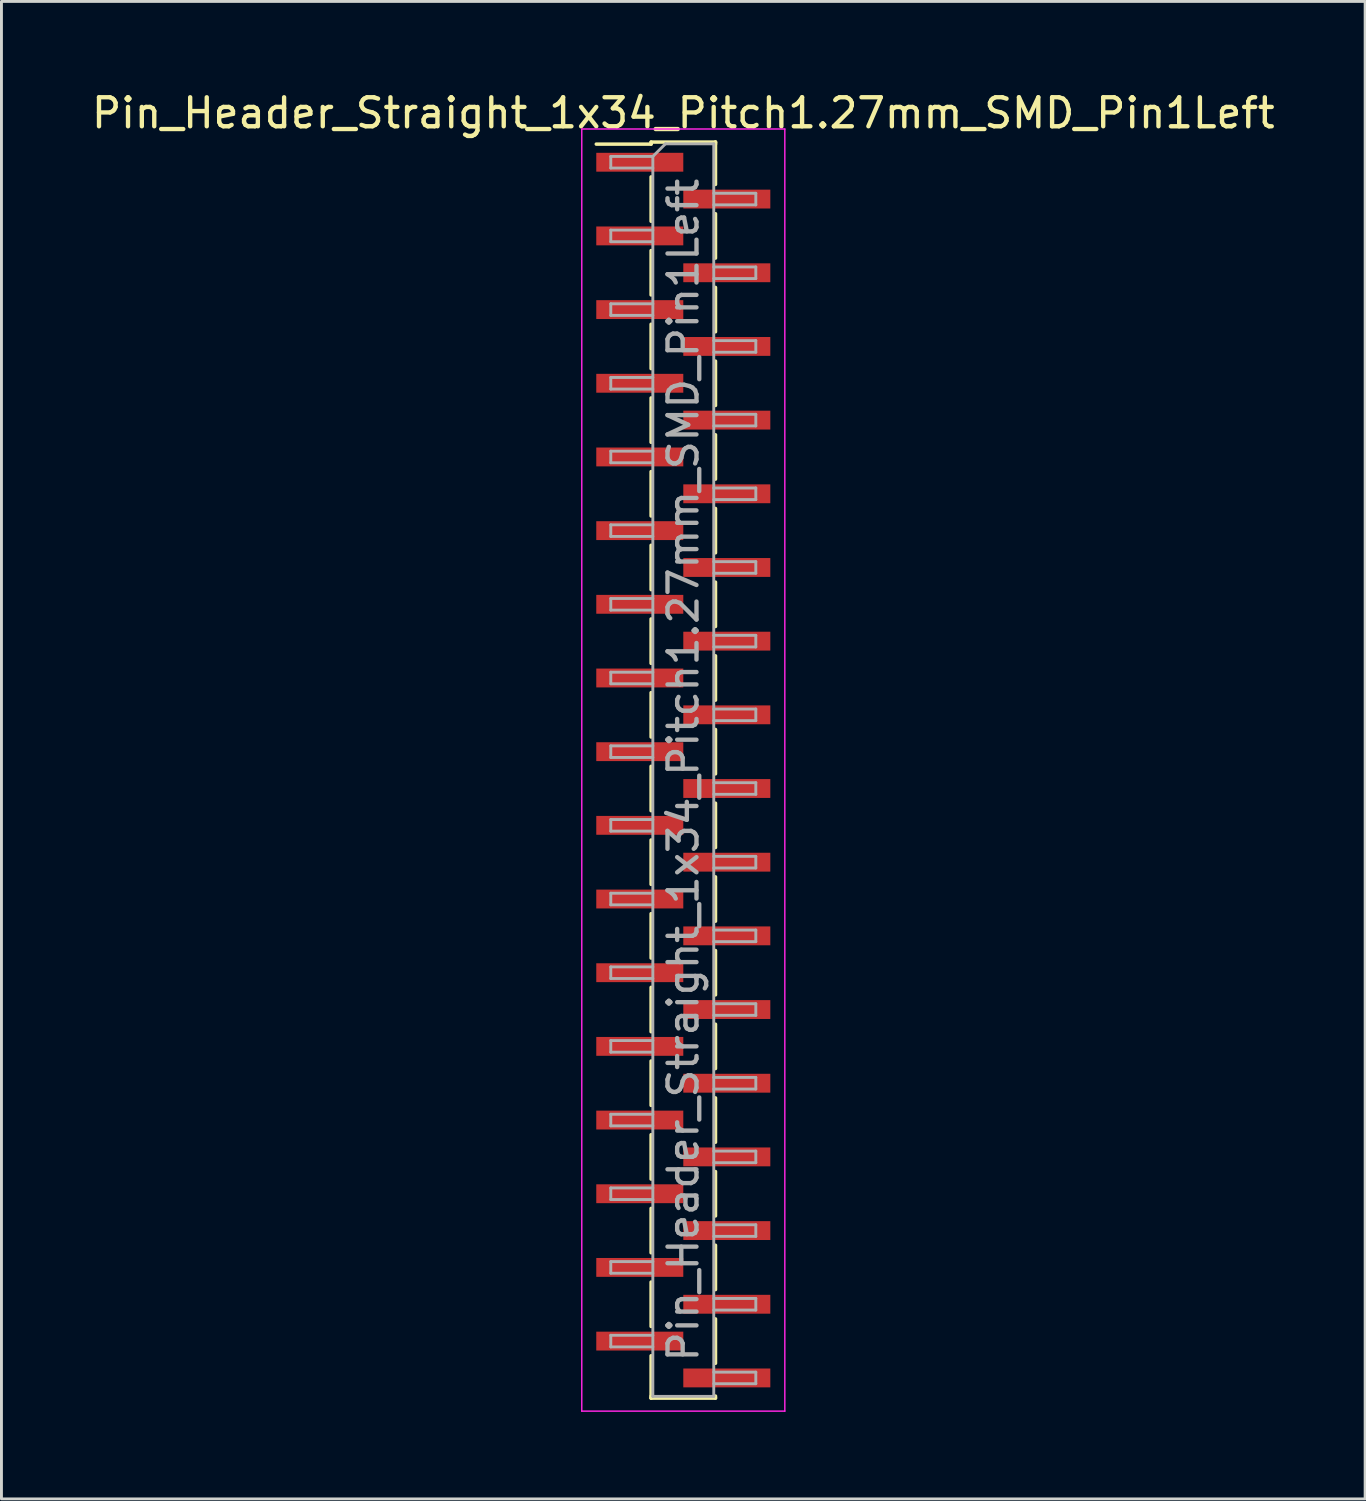
<source format=kicad_pcb>
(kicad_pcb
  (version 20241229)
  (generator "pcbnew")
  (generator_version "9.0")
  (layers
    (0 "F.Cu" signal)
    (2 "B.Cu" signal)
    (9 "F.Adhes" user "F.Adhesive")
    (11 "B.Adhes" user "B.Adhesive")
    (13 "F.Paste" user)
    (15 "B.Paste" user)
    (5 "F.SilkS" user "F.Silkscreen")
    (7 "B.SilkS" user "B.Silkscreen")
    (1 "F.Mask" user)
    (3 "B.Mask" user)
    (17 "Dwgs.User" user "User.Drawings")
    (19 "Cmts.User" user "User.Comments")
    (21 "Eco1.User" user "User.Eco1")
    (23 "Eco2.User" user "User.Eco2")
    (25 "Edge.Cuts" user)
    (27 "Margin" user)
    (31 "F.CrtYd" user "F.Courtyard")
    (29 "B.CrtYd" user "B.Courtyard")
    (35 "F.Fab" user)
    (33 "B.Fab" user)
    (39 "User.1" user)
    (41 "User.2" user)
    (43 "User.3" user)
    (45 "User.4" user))
  (footprint "Pin_Header_Straight_1x34_Pitch1.27mm_SMD_Pin1Left"
    (layer "F.Cu")
    (at 20.506 23.498)
    (property "Reference" "Pin_Header_Straight_1x34_Pitch1.27mm_SMD_Pin1Left" (at 0 -22.65 0) (layer "F.SilkS") (effects (font (size 1 1) (thickness 0.15))))
    (attr smd)
    (fp_line (start -1.11 -21.65) (end 1.11 -21.65) (stroke (width 0.12) (type solid)) (layer "F.SilkS"))
    (fp_line (start -1.11 -21.58) (end -3 -21.58) (stroke (width 0.12) (type solid)) (layer "F.SilkS"))
    (fp_line (start -1.11 -21.58) (end -1.11 -21.65) (stroke (width 0.12) (type solid)) (layer "F.SilkS"))
    (fp_line (start -1.11 -20.45) (end -1.11 -18.92) (stroke (width 0.12) (type solid)) (layer "F.SilkS"))
    (fp_line (start -1.11 -17.91) (end -1.11 -16.38) (stroke (width 0.12) (type solid)) (layer "F.SilkS"))
    (fp_line (start -1.11 -15.37) (end -1.11 -13.84) (stroke (width 0.12) (type solid)) (layer "F.SilkS"))
    (fp_line (start -1.11 -12.83) (end -1.11 -11.3) (stroke (width 0.12) (type solid)) (layer "F.SilkS"))
    (fp_line (start -1.11 -10.29) (end -1.11 -8.76) (stroke (width 0.12) (type solid)) (layer "F.SilkS"))
    (fp_line (start -1.11 -7.75) (end -1.11 -6.22) (stroke (width 0.12) (type solid)) (layer "F.SilkS"))
    (fp_line (start -1.11 -5.21) (end -1.11 -3.68) (stroke (width 0.12) (type solid)) (layer "F.SilkS"))
    (fp_line (start -1.11 -2.67) (end -1.11 -1.14) (stroke (width 0.12) (type solid)) (layer "F.SilkS"))
    (fp_line (start -1.11 -0.13) (end -1.11 1.4) (stroke (width 0.12) (type solid)) (layer "F.SilkS"))
    (fp_line (start -1.11 2.41) (end -1.11 3.94) (stroke (width 0.12) (type solid)) (layer "F.SilkS"))
    (fp_line (start -1.11 4.95) (end -1.11 6.48) (stroke (width 0.12) (type solid)) (layer "F.SilkS"))
    (fp_line (start -1.11 7.49) (end -1.11 9.02) (stroke (width 0.12) (type solid)) (layer "F.SilkS"))
    (fp_line (start -1.11 10.03) (end -1.11 11.56) (stroke (width 0.12) (type solid)) (layer "F.SilkS"))
    (fp_line (start -1.11 12.57) (end -1.11 14.1) (stroke (width 0.12) (type solid)) (layer "F.SilkS"))
    (fp_line (start -1.11 15.11) (end -1.11 16.64) (stroke (width 0.12) (type solid)) (layer "F.SilkS"))
    (fp_line (start -1.11 17.65) (end -1.11 19.18) (stroke (width 0.12) (type solid)) (layer "F.SilkS"))
    (fp_line (start -1.11 20.19) (end -1.11 21.65) (stroke (width 0.12) (type solid)) (layer "F.SilkS"))
    (fp_line (start -1.11 21.58) (end -1.11 21.65) (stroke (width 0.12) (type solid)) (layer "F.SilkS"))
    (fp_line (start -1.11 21.65) (end 1.11 21.65) (stroke (width 0.12) (type solid)) (layer "F.SilkS"))
    (fp_line (start 1.11 -21.65) (end 1.11 -21.58) (stroke (width 0.12) (type solid)) (layer "F.SilkS"))
    (fp_line (start 1.11 -21.65) (end 1.11 -20.19) (stroke (width 0.12) (type solid)) (layer "F.SilkS"))
    (fp_line (start 1.11 -19.18) (end 1.11 -17.65) (stroke (width 0.12) (type solid)) (layer "F.SilkS"))
    (fp_line (start 1.11 -16.64) (end 1.11 -15.11) (stroke (width 0.12) (type solid)) (layer "F.SilkS"))
    (fp_line (start 1.11 -14.1) (end 1.11 -12.57) (stroke (width 0.12) (type solid)) (layer "F.SilkS"))
    (fp_line (start 1.11 -11.56) (end 1.11 -10.03) (stroke (width 0.12) (type solid)) (layer "F.SilkS"))
    (fp_line (start 1.11 -9.02) (end 1.11 -7.49) (stroke (width 0.12) (type solid)) (layer "F.SilkS"))
    (fp_line (start 1.11 -6.48) (end 1.11 -4.95) (stroke (width 0.12) (type solid)) (layer "F.SilkS"))
    (fp_line (start 1.11 -3.94) (end 1.11 -2.41) (stroke (width 0.12) (type solid)) (layer "F.SilkS"))
    (fp_line (start 1.11 -1.4) (end 1.11 0.13) (stroke (width 0.12) (type solid)) (layer "F.SilkS"))
    (fp_line (start 1.11 1.14) (end 1.11 2.67) (stroke (width 0.12) (type solid)) (layer "F.SilkS"))
    (fp_line (start 1.11 3.68) (end 1.11 5.21) (stroke (width 0.12) (type solid)) (layer "F.SilkS"))
    (fp_line (start 1.11 6.22) (end 1.11 7.75) (stroke (width 0.12) (type solid)) (layer "F.SilkS"))
    (fp_line (start 1.11 8.76) (end 1.11 10.29) (stroke (width 0.12) (type solid)) (layer "F.SilkS"))
    (fp_line (start 1.11 11.3) (end 1.11 12.83) (stroke (width 0.12) (type solid)) (layer "F.SilkS"))
    (fp_line (start 1.11 13.84) (end 1.11 15.37) (stroke (width 0.12) (type solid)) (layer "F.SilkS"))
    (fp_line (start 1.11 16.38) (end 1.11 17.91) (stroke (width 0.12) (type solid)) (layer "F.SilkS"))
    (fp_line (start 1.11 18.92) (end 1.11 20.45) (stroke (width 0.12) (type solid)) (layer "F.SilkS"))
    (fp_line (start 1.11 21.65) (end 1.11 21.58) (stroke (width 0.12) (type solid)) (layer "F.SilkS"))
    (fp_line (start -3.5 -22.1) (end -3.5 22.1) (stroke (width 0.05) (type solid)) (layer "F.CrtYd"))
    (fp_line (start -3.5 22.1) (end 3.5 22.1) (stroke (width 0.05) (type solid)) (layer "F.CrtYd"))
    (fp_line (start 3.5 -22.1) (end -3.5 -22.1) (stroke (width 0.05) (type solid)) (layer "F.CrtYd"))
    (fp_line (start 3.5 22.1) (end 3.5 -22.1) (stroke (width 0.05) (type solid)) (layer "F.CrtYd"))
    (fp_line (start -2.5 -21.155) (end -2.5 -20.755) (stroke (width 0.1) (type solid)) (layer "F.Fab"))
    (fp_line (start -2.5 -20.755) (end -1.05 -20.755) (stroke (width 0.1) (type solid)) (layer "F.Fab"))
    (fp_line (start -2.5 -18.615) (end -2.5 -18.215) (stroke (width 0.1) (type solid)) (layer "F.Fab"))
    (fp_line (start -2.5 -18.215) (end -1.05 -18.215) (stroke (width 0.1) (type solid)) (layer "F.Fab"))
    (fp_line (start -2.5 -16.075) (end -2.5 -15.675) (stroke (width 0.1) (type solid)) (layer "F.Fab"))
    (fp_line (start -2.5 -15.675) (end -1.05 -15.675) (stroke (width 0.1) (type solid)) (layer "F.Fab"))
    (fp_line (start -2.5 -13.535) (end -2.5 -13.135) (stroke (width 0.1) (type solid)) (layer "F.Fab"))
    (fp_line (start -2.5 -13.135) (end -1.05 -13.135) (stroke (width 0.1) (type solid)) (layer "F.Fab"))
    (fp_line (start -2.5 -10.995) (end -2.5 -10.595) (stroke (width 0.1) (type solid)) (layer "F.Fab"))
    (fp_line (start -2.5 -10.595) (end -1.05 -10.595) (stroke (width 0.1) (type solid)) (layer "F.Fab"))
    (fp_line (start -2.5 -8.455) (end -2.5 -8.055) (stroke (width 0.1) (type solid)) (layer "F.Fab"))
    (fp_line (start -2.5 -8.055) (end -1.05 -8.055) (stroke (width 0.1) (type solid)) (layer "F.Fab"))
    (fp_line (start -2.5 -5.915) (end -2.5 -5.515) (stroke (width 0.1) (type solid)) (layer "F.Fab"))
    (fp_line (start -2.5 -5.515) (end -1.05 -5.515) (stroke (width 0.1) (type solid)) (layer "F.Fab"))
    (fp_line (start -2.5 -3.375) (end -2.5 -2.975) (stroke (width 0.1) (type solid)) (layer "F.Fab"))
    (fp_line (start -2.5 -2.975) (end -1.05 -2.975) (stroke (width 0.1) (type solid)) (layer "F.Fab"))
    (fp_line (start -2.5 -0.835) (end -2.5 -0.435) (stroke (width 0.1) (type solid)) (layer "F.Fab"))
    (fp_line (start -2.5 -0.435) (end -1.05 -0.435) (stroke (width 0.1) (type solid)) (layer "F.Fab"))
    (fp_line (start -2.5 1.705) (end -2.5 2.105) (stroke (width 0.1) (type solid)) (layer "F.Fab"))
    (fp_line (start -2.5 2.105) (end -1.05 2.105) (stroke (width 0.1) (type solid)) (layer "F.Fab"))
    (fp_line (start -2.5 4.245) (end -2.5 4.645) (stroke (width 0.1) (type solid)) (layer "F.Fab"))
    (fp_line (start -2.5 4.645) (end -1.05 4.645) (stroke (width 0.1) (type solid)) (layer "F.Fab"))
    (fp_line (start -2.5 6.785) (end -2.5 7.185) (stroke (width 0.1) (type solid)) (layer "F.Fab"))
    (fp_line (start -2.5 7.185) (end -1.05 7.185) (stroke (width 0.1) (type solid)) (layer "F.Fab"))
    (fp_line (start -2.5 9.325) (end -2.5 9.725) (stroke (width 0.1) (type solid)) (layer "F.Fab"))
    (fp_line (start -2.5 9.725) (end -1.05 9.725) (stroke (width 0.1) (type solid)) (layer "F.Fab"))
    (fp_line (start -2.5 11.865) (end -2.5 12.265) (stroke (width 0.1) (type solid)) (layer "F.Fab"))
    (fp_line (start -2.5 12.265) (end -1.05 12.265) (stroke (width 0.1) (type solid)) (layer "F.Fab"))
    (fp_line (start -2.5 14.405) (end -2.5 14.805) (stroke (width 0.1) (type solid)) (layer "F.Fab"))
    (fp_line (start -2.5 14.805) (end -1.05 14.805) (stroke (width 0.1) (type solid)) (layer "F.Fab"))
    (fp_line (start -2.5 16.945) (end -2.5 17.345) (stroke (width 0.1) (type solid)) (layer "F.Fab"))
    (fp_line (start -2.5 17.345) (end -1.05 17.345) (stroke (width 0.1) (type solid)) (layer "F.Fab"))
    (fp_line (start -2.5 19.485) (end -2.5 19.885) (stroke (width 0.1) (type solid)) (layer "F.Fab"))
    (fp_line (start -2.5 19.885) (end -1.05 19.885) (stroke (width 0.1) (type solid)) (layer "F.Fab"))
    (fp_line (start -1.05 -21.155) (end -2.5 -21.155) (stroke (width 0.1) (type solid)) (layer "F.Fab"))
    (fp_line (start -1.05 -21.155) (end -0.615 -21.59) (stroke (width 0.1) (type solid)) (layer "F.Fab"))
    (fp_line (start -1.05 -18.615) (end -2.5 -18.615) (stroke (width 0.1) (type solid)) (layer "F.Fab"))
    (fp_line (start -1.05 -16.075) (end -2.5 -16.075) (stroke (width 0.1) (type solid)) (layer "F.Fab"))
    (fp_line (start -1.05 -13.535) (end -2.5 -13.535) (stroke (width 0.1) (type solid)) (layer "F.Fab"))
    (fp_line (start -1.05 -10.995) (end -2.5 -10.995) (stroke (width 0.1) (type solid)) (layer "F.Fab"))
    (fp_line (start -1.05 -8.455) (end -2.5 -8.455) (stroke (width 0.1) (type solid)) (layer "F.Fab"))
    (fp_line (start -1.05 -5.915) (end -2.5 -5.915) (stroke (width 0.1) (type solid)) (layer "F.Fab"))
    (fp_line (start -1.05 -3.375) (end -2.5 -3.375) (stroke (width 0.1) (type solid)) (layer "F.Fab"))
    (fp_line (start -1.05 -0.835) (end -2.5 -0.835) (stroke (width 0.1) (type solid)) (layer "F.Fab"))
    (fp_line (start -1.05 1.705) (end -2.5 1.705) (stroke (width 0.1) (type solid)) (layer "F.Fab"))
    (fp_line (start -1.05 4.245) (end -2.5 4.245) (stroke (width 0.1) (type solid)) (layer "F.Fab"))
    (fp_line (start -1.05 6.785) (end -2.5 6.785) (stroke (width 0.1) (type solid)) (layer "F.Fab"))
    (fp_line (start -1.05 9.325) (end -2.5 9.325) (stroke (width 0.1) (type solid)) (layer "F.Fab"))
    (fp_line (start -1.05 11.865) (end -2.5 11.865) (stroke (width 0.1) (type solid)) (layer "F.Fab"))
    (fp_line (start -1.05 14.405) (end -2.5 14.405) (stroke (width 0.1) (type solid)) (layer "F.Fab"))
    (fp_line (start -1.05 16.945) (end -2.5 16.945) (stroke (width 0.1) (type solid)) (layer "F.Fab"))
    (fp_line (start -1.05 19.485) (end -2.5 19.485) (stroke (width 0.1) (type solid)) (layer "F.Fab"))
    (fp_line (start -1.05 21.59) (end -1.05 -21.155) (stroke (width 0.1) (type solid)) (layer "F.Fab"))
    (fp_line (start -0.615 -21.59) (end 1.05 -21.59) (stroke (width 0.1) (type solid)) (layer "F.Fab"))
    (fp_line (start 1.05 -21.59) (end 1.05 21.59) (stroke (width 0.1) (type solid)) (layer "F.Fab"))
    (fp_line (start 1.05 -19.885) (end 2.5 -19.885) (stroke (width 0.1) (type solid)) (layer "F.Fab"))
    (fp_line (start 1.05 -17.345) (end 2.5 -17.345) (stroke (width 0.1) (type solid)) (layer "F.Fab"))
    (fp_line (start 1.05 -14.805) (end 2.5 -14.805) (stroke (width 0.1) (type solid)) (layer "F.Fab"))
    (fp_line (start 1.05 -12.265) (end 2.5 -12.265) (stroke (width 0.1) (type solid)) (layer "F.Fab"))
    (fp_line (start 1.05 -9.725) (end 2.5 -9.725) (stroke (width 0.1) (type solid)) (layer "F.Fab"))
    (fp_line (start 1.05 -7.185) (end 2.5 -7.185) (stroke (width 0.1) (type solid)) (layer "F.Fab"))
    (fp_line (start 1.05 -4.645) (end 2.5 -4.645) (stroke (width 0.1) (type solid)) (layer "F.Fab"))
    (fp_line (start 1.05 -2.105) (end 2.5 -2.105) (stroke (width 0.1) (type solid)) (layer "F.Fab"))
    (fp_line (start 1.05 0.435) (end 2.5 0.435) (stroke (width 0.1) (type solid)) (layer "F.Fab"))
    (fp_line (start 1.05 2.975) (end 2.5 2.975) (stroke (width 0.1) (type solid)) (layer "F.Fab"))
    (fp_line (start 1.05 5.515) (end 2.5 5.515) (stroke (width 0.1) (type solid)) (layer "F.Fab"))
    (fp_line (start 1.05 8.055) (end 2.5 8.055) (stroke (width 0.1) (type solid)) (layer "F.Fab"))
    (fp_line (start 1.05 10.595) (end 2.5 10.595) (stroke (width 0.1) (type solid)) (layer "F.Fab"))
    (fp_line (start 1.05 13.135) (end 2.5 13.135) (stroke (width 0.1) (type solid)) (layer "F.Fab"))
    (fp_line (start 1.05 15.675) (end 2.5 15.675) (stroke (width 0.1) (type solid)) (layer "F.Fab"))
    (fp_line (start 1.05 18.215) (end 2.5 18.215) (stroke (width 0.1) (type solid)) (layer "F.Fab"))
    (fp_line (start 1.05 20.755) (end 2.5 20.755) (stroke (width 0.1) (type solid)) (layer "F.Fab"))
    (fp_line (start 1.05 21.59) (end -1.05 21.59) (stroke (width 0.1) (type solid)) (layer "F.Fab"))
    (fp_line (start 2.5 -19.885) (end 2.5 -19.485) (stroke (width 0.1) (type solid)) (layer "F.Fab"))
    (fp_line (start 2.5 -19.485) (end 1.05 -19.485) (stroke (width 0.1) (type solid)) (layer "F.Fab"))
    (fp_line (start 2.5 -17.345) (end 2.5 -16.945) (stroke (width 0.1) (type solid)) (layer "F.Fab"))
    (fp_line (start 2.5 -16.945) (end 1.05 -16.945) (stroke (width 0.1) (type solid)) (layer "F.Fab"))
    (fp_line (start 2.5 -14.805) (end 2.5 -14.405) (stroke (width 0.1) (type solid)) (layer "F.Fab"))
    (fp_line (start 2.5 -14.405) (end 1.05 -14.405) (stroke (width 0.1) (type solid)) (layer "F.Fab"))
    (fp_line (start 2.5 -12.265) (end 2.5 -11.865) (stroke (width 0.1) (type solid)) (layer "F.Fab"))
    (fp_line (start 2.5 -11.865) (end 1.05 -11.865) (stroke (width 0.1) (type solid)) (layer "F.Fab"))
    (fp_line (start 2.5 -9.725) (end 2.5 -9.325) (stroke (width 0.1) (type solid)) (layer "F.Fab"))
    (fp_line (start 2.5 -9.325) (end 1.05 -9.325) (stroke (width 0.1) (type solid)) (layer "F.Fab"))
    (fp_line (start 2.5 -7.185) (end 2.5 -6.785) (stroke (width 0.1) (type solid)) (layer "F.Fab"))
    (fp_line (start 2.5 -6.785) (end 1.05 -6.785) (stroke (width 0.1) (type solid)) (layer "F.Fab"))
    (fp_line (start 2.5 -4.645) (end 2.5 -4.245) (stroke (width 0.1) (type solid)) (layer "F.Fab"))
    (fp_line (start 2.5 -4.245) (end 1.05 -4.245) (stroke (width 0.1) (type solid)) (layer "F.Fab"))
    (fp_line (start 2.5 -2.105) (end 2.5 -1.705) (stroke (width 0.1) (type solid)) (layer "F.Fab"))
    (fp_line (start 2.5 -1.705) (end 1.05 -1.705) (stroke (width 0.1) (type solid)) (layer "F.Fab"))
    (fp_line (start 2.5 0.435) (end 2.5 0.835) (stroke (width 0.1) (type solid)) (layer "F.Fab"))
    (fp_line (start 2.5 0.835) (end 1.05 0.835) (stroke (width 0.1) (type solid)) (layer "F.Fab"))
    (fp_line (start 2.5 2.975) (end 2.5 3.375) (stroke (width 0.1) (type solid)) (layer "F.Fab"))
    (fp_line (start 2.5 3.375) (end 1.05 3.375) (stroke (width 0.1) (type solid)) (layer "F.Fab"))
    (fp_line (start 2.5 5.515) (end 2.5 5.915) (stroke (width 0.1) (type solid)) (layer "F.Fab"))
    (fp_line (start 2.5 5.915) (end 1.05 5.915) (stroke (width 0.1) (type solid)) (layer "F.Fab"))
    (fp_line (start 2.5 8.055) (end 2.5 8.455) (stroke (width 0.1) (type solid)) (layer "F.Fab"))
    (fp_line (start 2.5 8.455) (end 1.05 8.455) (stroke (width 0.1) (type solid)) (layer "F.Fab"))
    (fp_line (start 2.5 10.595) (end 2.5 10.995) (stroke (width 0.1) (type solid)) (layer "F.Fab"))
    (fp_line (start 2.5 10.995) (end 1.05 10.995) (stroke (width 0.1) (type solid)) (layer "F.Fab"))
    (fp_line (start 2.5 13.135) (end 2.5 13.535) (stroke (width 0.1) (type solid)) (layer "F.Fab"))
    (fp_line (start 2.5 13.535) (end 1.05 13.535) (stroke (width 0.1) (type solid)) (layer "F.Fab"))
    (fp_line (start 2.5 15.675) (end 2.5 16.075) (stroke (width 0.1) (type solid)) (layer "F.Fab"))
    (fp_line (start 2.5 16.075) (end 1.05 16.075) (stroke (width 0.1) (type solid)) (layer "F.Fab"))
    (fp_line (start 2.5 18.215) (end 2.5 18.615) (stroke (width 0.1) (type solid)) (layer "F.Fab"))
    (fp_line (start 2.5 18.615) (end 1.05 18.615) (stroke (width 0.1) (type solid)) (layer "F.Fab"))
    (fp_line (start 2.5 20.755) (end 2.5 21.155) (stroke (width 0.1) (type solid)) (layer "F.Fab"))
    (fp_line (start 2.5 21.155) (end 1.05 21.155) (stroke (width 0.1) (type solid)) (layer "F.Fab"))
    (fp_text user "${REFERENCE}" (at 0 0 90) (layer "F.Fab") (effects (font (size 1 1) (thickness 0.15))))
    (pad "1" smd rect (at -1.5 -20.955) (size 3 0.65) (layers "F.Cu" "F.Mask" "F.Paste"))
    (pad "2" smd rect (at 1.5 -19.685) (size 3 0.65) (layers "F.Cu" "F.Mask" "F.Paste"))
    (pad "3" smd rect (at -1.5 -18.415) (size 3 0.65) (layers "F.Cu" "F.Mask" "F.Paste"))
    (pad "4" smd rect (at 1.5 -17.145) (size 3 0.65) (layers "F.Cu" "F.Mask" "F.Paste"))
    (pad "5" smd rect (at -1.5 -15.875) (size 3 0.65) (layers "F.Cu" "F.Mask" "F.Paste"))
    (pad "6" smd rect (at 1.5 -14.605) (size 3 0.65) (layers "F.Cu" "F.Mask" "F.Paste"))
    (pad "7" smd rect (at -1.5 -13.335) (size 3 0.65) (layers "F.Cu" "F.Mask" "F.Paste"))
    (pad "8" smd rect (at 1.5 -12.065) (size 3 0.65) (layers "F.Cu" "F.Mask" "F.Paste"))
    (pad "9" smd rect (at -1.5 -10.795) (size 3 0.65) (layers "F.Cu" "F.Mask" "F.Paste"))
    (pad "10" smd rect (at 1.5 -9.525) (size 3 0.65) (layers "F.Cu" "F.Mask" "F.Paste"))
    (pad "11" smd rect (at -1.5 -8.255) (size 3 0.65) (layers "F.Cu" "F.Mask" "F.Paste"))
    (pad "12" smd rect (at 1.5 -6.985) (size 3 0.65) (layers "F.Cu" "F.Mask" "F.Paste"))
    (pad "13" smd rect (at -1.5 -5.715) (size 3 0.65) (layers "F.Cu" "F.Mask" "F.Paste"))
    (pad "14" smd rect (at 1.5 -4.445) (size 3 0.65) (layers "F.Cu" "F.Mask" "F.Paste"))
    (pad "15" smd rect (at -1.5 -3.175) (size 3 0.65) (layers "F.Cu" "F.Mask" "F.Paste"))
    (pad "16" smd rect (at 1.5 -1.905) (size 3 0.65) (layers "F.Cu" "F.Mask" "F.Paste"))
    (pad "17" smd rect (at -1.5 -0.635) (size 3 0.65) (layers "F.Cu" "F.Mask" "F.Paste"))
    (pad "18" smd rect (at 1.5 0.635) (size 3 0.65) (layers "F.Cu" "F.Mask" "F.Paste"))
    (pad "19" smd rect (at -1.5 1.905) (size 3 0.65) (layers "F.Cu" "F.Mask" "F.Paste"))
    (pad "20" smd rect (at 1.5 3.175) (size 3 0.65) (layers "F.Cu" "F.Mask" "F.Paste"))
    (pad "21" smd rect (at -1.5 4.445) (size 3 0.65) (layers "F.Cu" "F.Mask" "F.Paste"))
    (pad "22" smd rect (at 1.5 5.715) (size 3 0.65) (layers "F.Cu" "F.Mask" "F.Paste"))
    (pad "23" smd rect (at -1.5 6.985) (size 3 0.65) (layers "F.Cu" "F.Mask" "F.Paste"))
    (pad "24" smd rect (at 1.5 8.255) (size 3 0.65) (layers "F.Cu" "F.Mask" "F.Paste"))
    (pad "25" smd rect (at -1.5 9.525) (size 3 0.65) (layers "F.Cu" "F.Mask" "F.Paste"))
    (pad "26" smd rect (at 1.5 10.795) (size 3 0.65) (layers "F.Cu" "F.Mask" "F.Paste"))
    (pad "27" smd rect (at -1.5 12.065) (size 3 0.65) (layers "F.Cu" "F.Mask" "F.Paste"))
    (pad "28" smd rect (at 1.5 13.335) (size 3 0.65) (layers "F.Cu" "F.Mask" "F.Paste"))
    (pad "29" smd rect (at -1.5 14.605) (size 3 0.65) (layers "F.Cu" "F.Mask" "F.Paste"))
    (pad "30" smd rect (at 1.5 15.875) (size 3 0.65) (layers "F.Cu" "F.Mask" "F.Paste"))
    (pad "31" smd rect (at -1.5 17.145) (size 3 0.65) (layers "F.Cu" "F.Mask" "F.Paste"))
    (pad "32" smd rect (at 1.5 18.415) (size 3 0.65) (layers "F.Cu" "F.Mask" "F.Paste"))
    (pad "33" smd rect (at -1.5 19.685) (size 3 0.65) (layers "F.Cu" "F.Mask" "F.Paste"))
    (pad "34" smd rect (at 1.5 20.955) (size 3 0.65) (layers "F.Cu" "F.Mask" "F.Paste")))
  (gr_rect
    (start -3 -3)
    (end 44.012 48.623)
    (stroke (width 0.1) (type default))
    (fill no)
    (layer "Edge.Cuts")))
</source>
